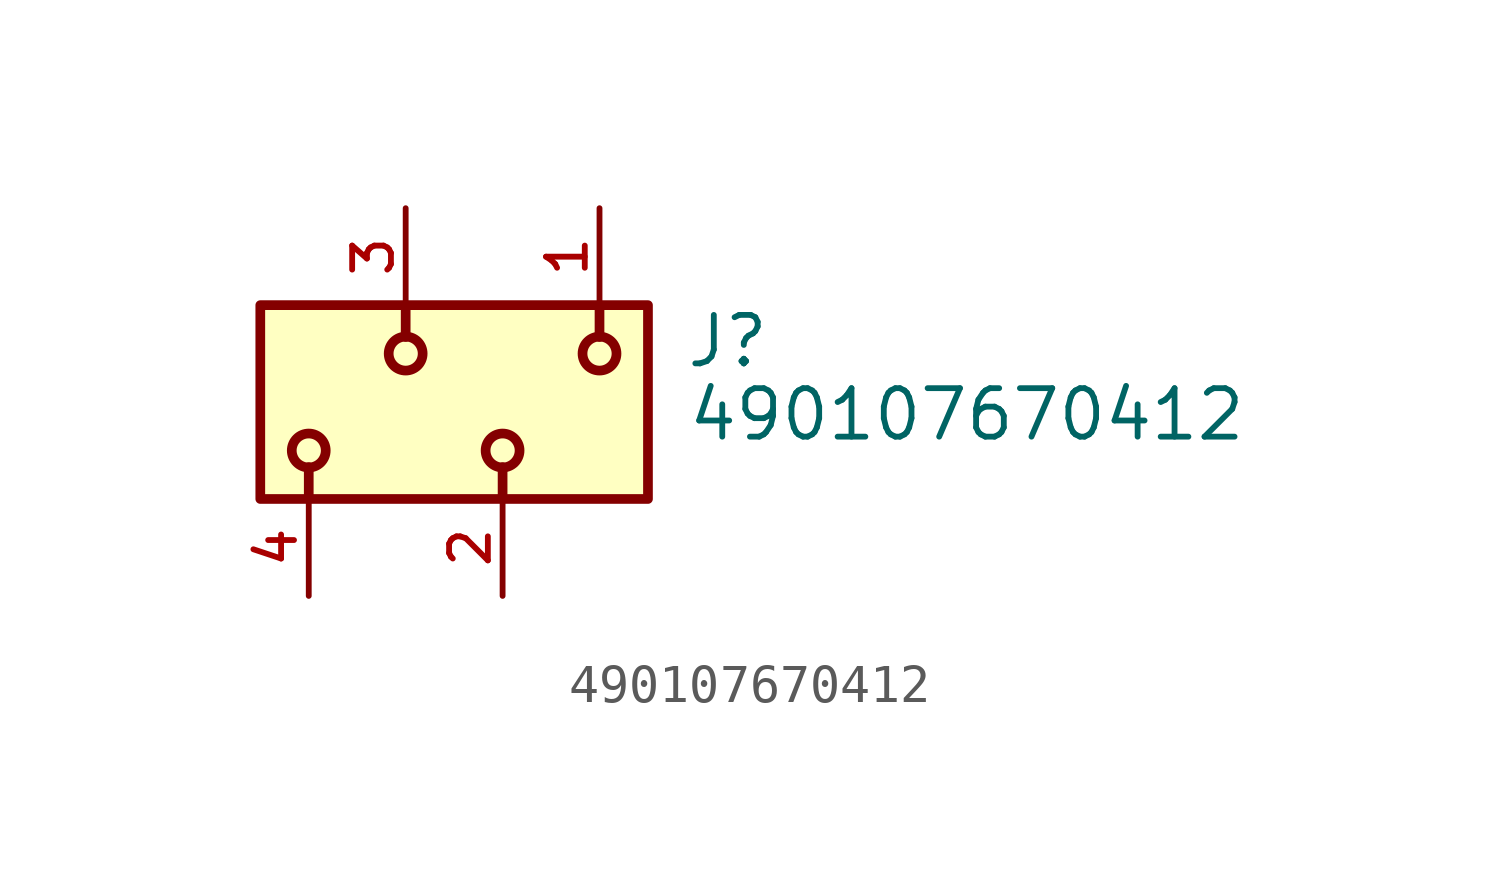
<source format=kicad_sym>
(kicad_symbol_lib
  (version 20211014)
  (generator kicad_symbol_editor)
  (symbol "490107670412"
    (pin_names
      (offset 1.016))
    (property "Reference" "J"
      (at 4.77 0.85 0)
      (effects (font (size 1.27 1.27)) (justify bottom left)))
    (property "Value" "490107670412"
      (at 4.81 -1.07 0)
      (effects (font (size 1.27 1.27)) (justify bottom left)))
    (symbol "490107670412_0_0"
      (polyline (pts (xy -5.08 -1.705) (xy -5.08 -2.54)) (stroke (width 0.254)))
      (polyline (pts (xy 0.0 -1.705) (xy 0.0 -2.54)) (stroke (width 0.254)))
      (polyline (pts (xy 2.54 1.705) (xy 2.54 2.54)) (stroke (width 0.254)))
      (polyline (pts (xy -2.54 1.705) (xy -2.54 2.54)) (stroke (width 0.254)))
      (circle (center -5.08 -1.27) (radius 0.445) (stroke (width 0.254)) (fill (type none)))
      (circle (center 0.0 -1.27) (radius 0.445) (stroke (width 0.254)) (fill (type none)))
      (circle (center 2.54 1.27) (radius 0.445) (stroke (width 0.254)) (fill (type none)))
      (circle (center -2.54 1.27) (radius 0.445) (stroke (width 0.254)) (fill (type none)))
      (rectangle (start -6.35 -2.54) (end 3.81 2.54) (stroke (width 0.254)) (fill (type background)))
      (pin passive line (at 2.54 5.08 270.0) (length 2.54) (name "~" (effects (font (size 1.016 1.016)))) (number "1" (effects (font (size 1.016 1.016)))))
      (pin passive line (at 0.0 -5.08 90.0) (length 2.54) (name "~" (effects (font (size 1.016 1.016)))) (number "2" (effects (font (size 1.016 1.016)))))
      (pin passive line (at -2.54 5.08 270.0) (length 2.54) (name "~" (effects (font (size 1.016 1.016)))) (number "3" (effects (font (size 1.016 1.016)))))
      (pin passive line (at -5.08 -5.08 90.0) (length 2.54) (name "~" (effects (font (size 1.016 1.016)))) (number "4" (effects (font (size 1.016 1.016))))))))
</source>
